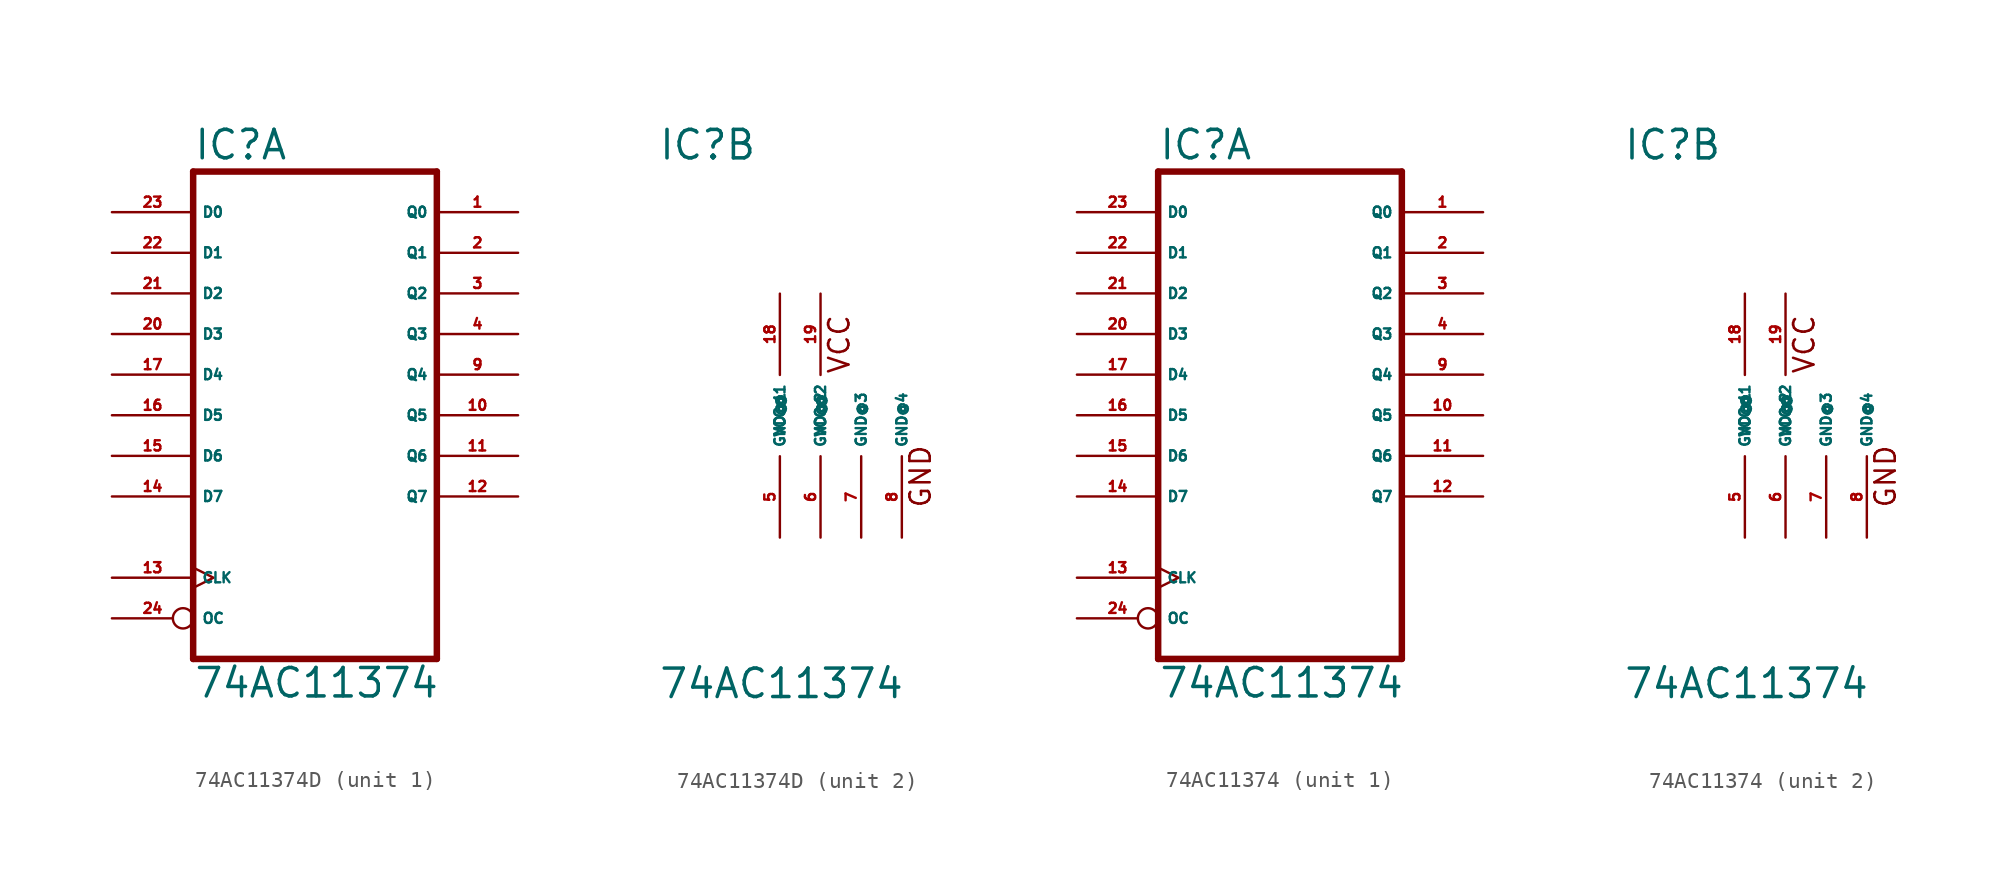
<source format=kicad_sym>
(kicad_symbol_lib
  (version 20220914)
  (generator Eagle2Kicad)
  (symbol "74AC11374D"
    (property "Reference" "IC"
      (at -7.62 15.875 0)
      (effects (font (size 1.778 1.778) (thickness 0.22)) (justify left bottom)))
    (property "Value" "74AC11374"
      (at -7.62 -17.78 0)
      (effects (font (size 1.778 1.778) (thickness 0.22)) (justify left bottom)))
    (symbol "74AC11374D_1_0"
      (polyline (pts (xy -7.62 -15.24) (xy 7.62 -15.24)) (stroke (width 0.406) (type default)) (fill (type none)))
      (polyline (pts (xy 7.62 -15.24) (xy 7.62 15.24)) (stroke (width 0.406) (type default)) (fill (type none)))
      (polyline (pts (xy 7.62 15.24) (xy -7.62 15.24)) (stroke (width 0.406) (type default)) (fill (type none)))
      (polyline (pts (xy -7.62 15.24) (xy -7.62 -15.24)) (stroke (width 0.406) (type default)) (fill (type none)))
      (pin tri_state line (at 12.7 12.7 180) (length 5.08) (name "Q0" (effects (font (size 0.635 0.635) (thickness 0.08)) (justify left bottom))) (number "1" (effects (font (size 0.635 0.635) (thickness 0.08)) (justify left bottom))))
      (pin tri_state line (at 12.7 10.16 180) (length 5.08) (name "Q1" (effects (font (size 0.635 0.635) (thickness 0.08)) (justify left bottom))) (number "2" (effects (font (size 0.635 0.635) (thickness 0.08)) (justify left bottom))))
      (pin tri_state line (at 12.7 7.62 180) (length 5.08) (name "Q2" (effects (font (size 0.635 0.635) (thickness 0.08)) (justify left bottom))) (number "3" (effects (font (size 0.635 0.635) (thickness 0.08)) (justify left bottom))))
      (pin tri_state line (at 12.7 5.08 180) (length 5.08) (name "Q3" (effects (font (size 0.635 0.635) (thickness 0.08)) (justify left bottom))) (number "4" (effects (font (size 0.635 0.635) (thickness 0.08)) (justify left bottom))))
      (pin tri_state line (at 12.7 2.54 180) (length 5.08) (name "Q4" (effects (font (size 0.635 0.635) (thickness 0.08)) (justify left bottom))) (number "9" (effects (font (size 0.635 0.635) (thickness 0.08)) (justify left bottom))))
      (pin tri_state line (at 12.7 0 180) (length 5.08) (name "Q5" (effects (font (size 0.635 0.635) (thickness 0.08)) (justify left bottom))) (number "10" (effects (font (size 0.635 0.635) (thickness 0.08)) (justify left bottom))))
      (pin tri_state line (at 12.7 -2.54 180) (length 5.08) (name "Q6" (effects (font (size 0.635 0.635) (thickness 0.08)) (justify left bottom))) (number "11" (effects (font (size 0.635 0.635) (thickness 0.08)) (justify left bottom))))
      (pin tri_state line (at 12.7 -5.08 180) (length 5.08) (name "Q7" (effects (font (size 0.635 0.635) (thickness 0.08)) (justify left bottom))) (number "12" (effects (font (size 0.635 0.635) (thickness 0.08)) (justify left bottom))))
      (pin input clock (at -12.7 -10.16 0) (length 5.08) (name "CLK" (effects (font (size 0.635 0.635) (thickness 0.08)) (justify left bottom))) (number "13" (effects (font (size 0.635 0.635) (thickness 0.08)) (justify left bottom))))
      (pin input line (at -12.7 -5.08 0) (length 5.08) (name "D7" (effects (font (size 0.635 0.635) (thickness 0.08)) (justify left bottom))) (number "14" (effects (font (size 0.635 0.635) (thickness 0.08)) (justify left bottom))))
      (pin input line (at -12.7 -2.54 0) (length 5.08) (name "D6" (effects (font (size 0.635 0.635) (thickness 0.08)) (justify left bottom))) (number "15" (effects (font (size 0.635 0.635) (thickness 0.08)) (justify left bottom))))
      (pin input line (at -12.7 0 0) (length 5.08) (name "D5" (effects (font (size 0.635 0.635) (thickness 0.08)) (justify left bottom))) (number "16" (effects (font (size 0.635 0.635) (thickness 0.08)) (justify left bottom))))
      (pin input line (at -12.7 2.54 0) (length 5.08) (name "D4" (effects (font (size 0.635 0.635) (thickness 0.08)) (justify left bottom))) (number "17" (effects (font (size 0.635 0.635) (thickness 0.08)) (justify left bottom))))
      (pin input line (at -12.7 5.08 0) (length 5.08) (name "D3" (effects (font (size 0.635 0.635) (thickness 0.08)) (justify left bottom))) (number "20" (effects (font (size 0.635 0.635) (thickness 0.08)) (justify left bottom))))
      (pin input line (at -12.7 7.62 0) (length 5.08) (name "D2" (effects (font (size 0.635 0.635) (thickness 0.08)) (justify left bottom))) (number "21" (effects (font (size 0.635 0.635) (thickness 0.08)) (justify left bottom))))
      (pin input line (at -12.7 10.16 0) (length 5.08) (name "D1" (effects (font (size 0.635 0.635) (thickness 0.08)) (justify left bottom))) (number "22" (effects (font (size 0.635 0.635) (thickness 0.08)) (justify left bottom))))
      (pin input line (at -12.7 12.7 0) (length 5.08) (name "D0" (effects (font (size 0.635 0.635) (thickness 0.08)) (justify left bottom))) (number "23" (effects (font (size 0.635 0.635) (thickness 0.08)) (justify left bottom))))
      (pin input inverted (at -12.7 -12.7 0) (length 5.08) (name "OC" (effects (font (size 0.635 0.635) (thickness 0.08)) (justify left bottom))) (number "24" (effects (font (size 0.635 0.635) (thickness 0.08)) (justify left bottom)))))
    (symbol "74AC11374D_2_0"
      (text "VCC" (at 4.445 2.54 900) (effects (font (size 1.27 1.27) (thickness 0.16)) (justify left bottom)))
      (text "GND" (at 9.525 -5.842 900) (effects (font (size 1.27 1.27) (thickness 0.16)) (justify left bottom)))
      (pin unspecified line (at 0 -7.62 90) (length 5.08) (name "GND@1" (effects (font (size 0.635 0.635) (thickness 0.08)) (justify left bottom))) (number "5" (effects (font (size 0.635 0.635) (thickness 0.08)) (justify left bottom))))
      (pin unspecified line (at 2.54 -7.62 90) (length 5.08) (name "GND@2" (effects (font (size 0.635 0.635) (thickness 0.08)) (justify left bottom))) (number "6" (effects (font (size 0.635 0.635) (thickness 0.08)) (justify left bottom))))
      (pin unspecified line (at 5.08 -7.62 90) (length 5.08) (name "GND@3" (effects (font (size 0.635 0.635) (thickness 0.08)) (justify left bottom))) (number "7" (effects (font (size 0.635 0.635) (thickness 0.08)) (justify left bottom))))
      (pin unspecified line (at 7.62 -7.62 90) (length 5.08) (name "GND@4" (effects (font (size 0.635 0.635) (thickness 0.08)) (justify left bottom))) (number "8" (effects (font (size 0.635 0.635) (thickness 0.08)) (justify left bottom))))
      (pin unspecified line (at 0 7.62 270) (length 5.08) (name "VCC@1" (effects (font (size 0.635 0.635) (thickness 0.08)) (justify left bottom))) (number "18" (effects (font (size 0.635 0.635) (thickness 0.08)) (justify left bottom))))
      (pin unspecified line (at 2.54 7.62 270) (length 5.08) (name "VCC@2" (effects (font (size 0.635 0.635) (thickness 0.08)) (justify left bottom))) (number "19" (effects (font (size 0.635 0.635) (thickness 0.08)) (justify left bottom))))))
  (symbol "74AC11374"
    (property "Reference" "IC"
      (at -7.62 15.875 0)
      (effects (font (size 1.778 1.778) (thickness 0.22)) (justify left bottom)))
    (property "Value" "74AC11374"
      (at -7.62 -17.78 0)
      (effects (font (size 1.778 1.778) (thickness 0.22)) (justify left bottom)))
    (symbol "74AC11374_1_0"
      (polyline (pts (xy -7.62 -15.24) (xy 7.62 -15.24)) (stroke (width 0.406) (type default)) (fill (type none)))
      (polyline (pts (xy 7.62 -15.24) (xy 7.62 15.24)) (stroke (width 0.406) (type default)) (fill (type none)))
      (polyline (pts (xy 7.62 15.24) (xy -7.62 15.24)) (stroke (width 0.406) (type default)) (fill (type none)))
      (polyline (pts (xy -7.62 15.24) (xy -7.62 -15.24)) (stroke (width 0.406) (type default)) (fill (type none)))
      (pin tri_state line (at 12.7 12.7 180) (length 5.08) (name "Q0" (effects (font (size 0.635 0.635) (thickness 0.08)) (justify left bottom))) (number "1" (effects (font (size 0.635 0.635) (thickness 0.08)) (justify left bottom))))
      (pin tri_state line (at 12.7 10.16 180) (length 5.08) (name "Q1" (effects (font (size 0.635 0.635) (thickness 0.08)) (justify left bottom))) (number "2" (effects (font (size 0.635 0.635) (thickness 0.08)) (justify left bottom))))
      (pin tri_state line (at 12.7 7.62 180) (length 5.08) (name "Q2" (effects (font (size 0.635 0.635) (thickness 0.08)) (justify left bottom))) (number "3" (effects (font (size 0.635 0.635) (thickness 0.08)) (justify left bottom))))
      (pin tri_state line (at 12.7 5.08 180) (length 5.08) (name "Q3" (effects (font (size 0.635 0.635) (thickness 0.08)) (justify left bottom))) (number "4" (effects (font (size 0.635 0.635) (thickness 0.08)) (justify left bottom))))
      (pin tri_state line (at 12.7 2.54 180) (length 5.08) (name "Q4" (effects (font (size 0.635 0.635) (thickness 0.08)) (justify left bottom))) (number "9" (effects (font (size 0.635 0.635) (thickness 0.08)) (justify left bottom))))
      (pin tri_state line (at 12.7 0 180) (length 5.08) (name "Q5" (effects (font (size 0.635 0.635) (thickness 0.08)) (justify left bottom))) (number "10" (effects (font (size 0.635 0.635) (thickness 0.08)) (justify left bottom))))
      (pin tri_state line (at 12.7 -2.54 180) (length 5.08) (name "Q6" (effects (font (size 0.635 0.635) (thickness 0.08)) (justify left bottom))) (number "11" (effects (font (size 0.635 0.635) (thickness 0.08)) (justify left bottom))))
      (pin tri_state line (at 12.7 -5.08 180) (length 5.08) (name "Q7" (effects (font (size 0.635 0.635) (thickness 0.08)) (justify left bottom))) (number "12" (effects (font (size 0.635 0.635) (thickness 0.08)) (justify left bottom))))
      (pin input clock (at -12.7 -10.16 0) (length 5.08) (name "CLK" (effects (font (size 0.635 0.635) (thickness 0.08)) (justify left bottom))) (number "13" (effects (font (size 0.635 0.635) (thickness 0.08)) (justify left bottom))))
      (pin input line (at -12.7 -5.08 0) (length 5.08) (name "D7" (effects (font (size 0.635 0.635) (thickness 0.08)) (justify left bottom))) (number "14" (effects (font (size 0.635 0.635) (thickness 0.08)) (justify left bottom))))
      (pin input line (at -12.7 -2.54 0) (length 5.08) (name "D6" (effects (font (size 0.635 0.635) (thickness 0.08)) (justify left bottom))) (number "15" (effects (font (size 0.635 0.635) (thickness 0.08)) (justify left bottom))))
      (pin input line (at -12.7 0 0) (length 5.08) (name "D5" (effects (font (size 0.635 0.635) (thickness 0.08)) (justify left bottom))) (number "16" (effects (font (size 0.635 0.635) (thickness 0.08)) (justify left bottom))))
      (pin input line (at -12.7 2.54 0) (length 5.08) (name "D4" (effects (font (size 0.635 0.635) (thickness 0.08)) (justify left bottom))) (number "17" (effects (font (size 0.635 0.635) (thickness 0.08)) (justify left bottom))))
      (pin input line (at -12.7 5.08 0) (length 5.08) (name "D3" (effects (font (size 0.635 0.635) (thickness 0.08)) (justify left bottom))) (number "20" (effects (font (size 0.635 0.635) (thickness 0.08)) (justify left bottom))))
      (pin input line (at -12.7 7.62 0) (length 5.08) (name "D2" (effects (font (size 0.635 0.635) (thickness 0.08)) (justify left bottom))) (number "21" (effects (font (size 0.635 0.635) (thickness 0.08)) (justify left bottom))))
      (pin input line (at -12.7 10.16 0) (length 5.08) (name "D1" (effects (font (size 0.635 0.635) (thickness 0.08)) (justify left bottom))) (number "22" (effects (font (size 0.635 0.635) (thickness 0.08)) (justify left bottom))))
      (pin input line (at -12.7 12.7 0) (length 5.08) (name "D0" (effects (font (size 0.635 0.635) (thickness 0.08)) (justify left bottom))) (number "23" (effects (font (size 0.635 0.635) (thickness 0.08)) (justify left bottom))))
      (pin input inverted (at -12.7 -12.7 0) (length 5.08) (name "OC" (effects (font (size 0.635 0.635) (thickness 0.08)) (justify left bottom))) (number "24" (effects (font (size 0.635 0.635) (thickness 0.08)) (justify left bottom)))))
    (symbol "74AC11374_2_0"
      (text "VCC" (at 4.445 2.54 900) (effects (font (size 1.27 1.27) (thickness 0.16)) (justify left bottom)))
      (text "GND" (at 9.525 -5.842 900) (effects (font (size 1.27 1.27) (thickness 0.16)) (justify left bottom)))
      (pin unspecified line (at 0 -7.62 90) (length 5.08) (name "GND@1" (effects (font (size 0.635 0.635) (thickness 0.08)) (justify left bottom))) (number "5" (effects (font (size 0.635 0.635) (thickness 0.08)) (justify left bottom))))
      (pin unspecified line (at 2.54 -7.62 90) (length 5.08) (name "GND@2" (effects (font (size 0.635 0.635) (thickness 0.08)) (justify left bottom))) (number "6" (effects (font (size 0.635 0.635) (thickness 0.08)) (justify left bottom))))
      (pin unspecified line (at 5.08 -7.62 90) (length 5.08) (name "GND@3" (effects (font (size 0.635 0.635) (thickness 0.08)) (justify left bottom))) (number "7" (effects (font (size 0.635 0.635) (thickness 0.08)) (justify left bottom))))
      (pin unspecified line (at 7.62 -7.62 90) (length 5.08) (name "GND@4" (effects (font (size 0.635 0.635) (thickness 0.08)) (justify left bottom))) (number "8" (effects (font (size 0.635 0.635) (thickness 0.08)) (justify left bottom))))
      (pin unspecified line (at 0 7.62 270) (length 5.08) (name "VCC@1" (effects (font (size 0.635 0.635) (thickness 0.08)) (justify left bottom))) (number "18" (effects (font (size 0.635 0.635) (thickness 0.08)) (justify left bottom))))
      (pin unspecified line (at 2.54 7.62 270) (length 5.08) (name "VCC@2" (effects (font (size 0.635 0.635) (thickness 0.08)) (justify left bottom))) (number "19" (effects (font (size 0.635 0.635) (thickness 0.08)) (justify left bottom)))))))
</source>
